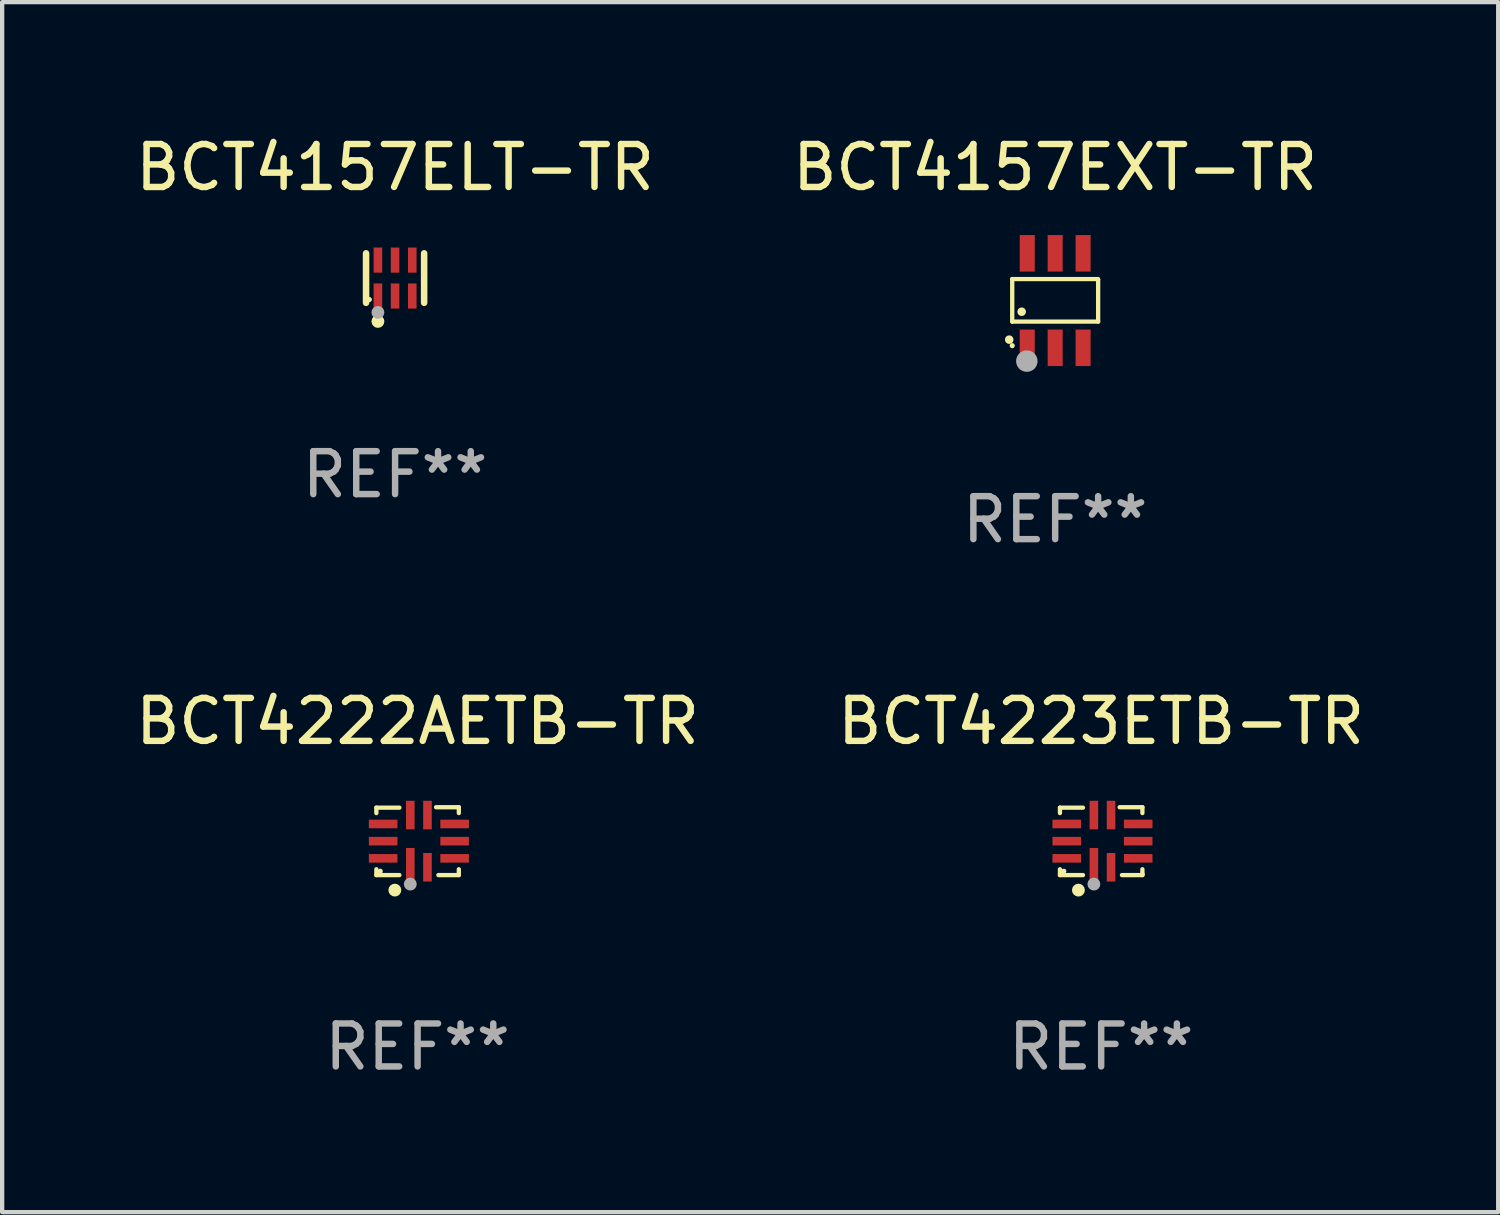
<source format=kicad_pcb>
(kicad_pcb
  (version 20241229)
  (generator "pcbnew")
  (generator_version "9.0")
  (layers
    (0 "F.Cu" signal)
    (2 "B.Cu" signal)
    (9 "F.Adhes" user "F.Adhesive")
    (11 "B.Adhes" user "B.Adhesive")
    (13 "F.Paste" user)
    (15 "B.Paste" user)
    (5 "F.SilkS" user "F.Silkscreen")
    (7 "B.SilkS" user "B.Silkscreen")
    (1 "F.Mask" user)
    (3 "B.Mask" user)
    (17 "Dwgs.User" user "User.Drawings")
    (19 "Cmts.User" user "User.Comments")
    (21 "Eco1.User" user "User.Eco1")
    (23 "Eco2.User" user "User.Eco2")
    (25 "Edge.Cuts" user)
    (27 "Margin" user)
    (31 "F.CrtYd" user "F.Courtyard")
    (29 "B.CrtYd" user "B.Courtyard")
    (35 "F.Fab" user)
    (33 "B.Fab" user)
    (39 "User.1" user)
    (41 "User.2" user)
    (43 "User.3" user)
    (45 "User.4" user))
  (footprint "BCT4157ELT-TR"
    (layer "F.Cu")
    (at 6.149 3.424)
    (property "Reference" "BCT4157ELT-TR" (at 0 -2.576 0) (layer "F.SilkS") (effects (font (size 1 1) (thickness 0.15))))
    (attr through_hole)
    (fp_line (start -0.676 0.576) (end -0.676 -0.576) (stroke (width 0.152) (type solid)) (layer "F.SilkS"))
    (fp_line (start 0.676 0.576) (end 0.676 -0.576) (stroke (width 0.152) (type solid)) (layer "F.SilkS"))
    (fp_circle (center -0.6 0.5) (end -0.57 0.5) (stroke (width 0.06) (type solid)) (fill no) (layer "F.SilkS"))
    (fp_circle (center -0.4 1.01) (end -0.325 1.01) (stroke (width 0.15) (type solid)) (fill no) (layer "F.SilkS"))
    (fp_circle (center -0.4 0.8) (end -0.325 0.8) (stroke (width 0.15) (type solid)) (fill no) (layer "F.Fab"))
    (fp_text user "REF**" (at 0 4.576 0) (layer "F.Fab") (effects (font (size 1 1) (thickness 0.15))))
    (pad "1" smd rect (at -0.4 0.418) (size 0.2 0.585) (layers "F.Cu" "F.Mask" "F.Paste"))
    (pad "2" smd rect (at 0 0.418) (size 0.2 0.585) (layers "F.Cu" "F.Mask" "F.Paste"))
    (pad "3" smd rect (at 0.4 0.418) (size 0.2 0.585) (layers "F.Cu" "F.Mask" "F.Paste"))
    (pad "4" smd rect (at 0.4 -0.418) (size 0.2 0.585) (layers "F.Cu" "F.Mask" "F.Paste"))
    (pad "5" smd rect (at 0 -0.418) (size 0.2 0.585) (layers "F.Cu" "F.Mask" "F.Paste"))
    (pad "6" smd rect (at -0.4 -0.418) (size 0.2 0.585) (layers "F.Cu" "F.Mask" "F.Paste")))
  (footprint "BCT4222AETB-TR"
    (layer "F.Cu")
    (at 6.673 16.535)
    (property "Reference" "BCT4222AETB-TR" (at 0 -2.79 0) (layer "F.SilkS") (effects (font (size 1 1) (thickness 0.15))))
    (attr through_hole)
    (fp_line (start -0.96 -0.78) (end -0.424 -0.78) (stroke (width 0.1) (type solid)) (layer "F.SilkS"))
    (fp_line (start -0.96 -0.654) (end -0.96 -0.78) (stroke (width 0.1) (type solid)) (layer "F.SilkS"))
    (fp_line (start -0.96 0.79) (end -0.96 0.654) (stroke (width 0.1) (type solid)) (layer "F.SilkS"))
    (fp_line (start -0.424 0.79) (end -0.96 0.79) (stroke (width 0.1) (type solid)) (layer "F.SilkS"))
    (fp_line (start 0.43 -0.79) (end 0.96 -0.79) (stroke (width 0.1) (type solid)) (layer "F.SilkS"))
    (fp_line (start 0.96 -0.79) (end 0.96 -0.654) (stroke (width 0.1) (type solid)) (layer "F.SilkS"))
    (fp_line (start 0.96 0.654) (end 0.96 0.76) (stroke (width 0.1) (type solid)) (layer "F.SilkS"))
    (fp_line (start 0.96 0.76) (end 0.96 0.79) (stroke (width 0.1) (type solid)) (layer "F.SilkS"))
    (fp_line (start 0.96 0.79) (end 0.484 0.79) (stroke (width 0.1) (type solid)) (layer "F.SilkS"))
    (fp_circle (center -0.87 0.7) (end -0.84 0.7) (stroke (width 0.06) (type solid)) (fill no) (layer "F.SilkS"))
    (fp_circle (center -0.53 1.14) (end -0.455 1.14) (stroke (width 0.15) (type solid)) (fill no) (layer "F.SilkS"))
    (fp_circle (center -0.17 1) (end -0.095 1) (stroke (width 0.15) (type solid)) (fill no) (layer "F.Fab"))
    (fp_text user "REF**" (at 0 4.79 0) (layer "F.Fab") (effects (font (size 1 1) (thickness 0.15))))
    (pad "1" smd rect (at -0.17 0.608) (size 0.2 0.9) (layers "F.Cu" "F.Mask" "F.Paste"))
    (pad "2" smd rect (at 0.23 0.608) (size 0.2 0.665) (layers "F.Cu" "F.Mask" "F.Paste"))
    (pad "3" smd rect (at 0.862 0.4) (size 0.665 0.2) (layers "F.Cu" "F.Mask" "F.Paste"))
    (pad "4" smd rect (at 0.862 0) (size 0.665 0.2) (layers "F.Cu" "F.Mask" "F.Paste"))
    (pad "5" smd rect (at 0.862 -0.4) (size 0.665 0.2) (layers "F.Cu" "F.Mask" "F.Paste"))
    (pad "6" smd rect (at 0.23 -0.608) (size 0.2 0.665) (layers "F.Cu" "F.Mask" "F.Paste"))
    (pad "7" smd rect (at -0.17 -0.608) (size 0.2 0.665) (layers "F.Cu" "F.Mask" "F.Paste"))
    (pad "8" smd rect (at -0.802 -0.4) (size 0.665 0.2) (layers "F.Cu" "F.Mask" "F.Paste"))
    (pad "9" smd rect (at -0.802 0) (size 0.665 0.2) (layers "F.Cu" "F.Mask" "F.Paste"))
    (pad "10" smd rect (at -0.802 0.4) (size 0.665 0.2) (layers "F.Cu" "F.Mask" "F.Paste")))
  (footprint "BCT4223ETB-TR"
    (layer "F.Cu")
    (at 22.589 16.535)
    (property "Reference" "BCT4223ETB-TR" (at 0 -2.79 0) (layer "F.SilkS") (effects (font (size 1 1) (thickness 0.15))))
    (attr through_hole)
    (fp_line (start -0.96 -0.78) (end -0.424 -0.78) (stroke (width 0.1) (type solid)) (layer "F.SilkS"))
    (fp_line (start -0.96 -0.654) (end -0.96 -0.78) (stroke (width 0.1) (type solid)) (layer "F.SilkS"))
    (fp_line (start -0.96 0.79) (end -0.96 0.654) (stroke (width 0.1) (type solid)) (layer "F.SilkS"))
    (fp_line (start -0.424 0.79) (end -0.96 0.79) (stroke (width 0.1) (type solid)) (layer "F.SilkS"))
    (fp_line (start 0.43 -0.79) (end 0.96 -0.79) (stroke (width 0.1) (type solid)) (layer "F.SilkS"))
    (fp_line (start 0.96 -0.79) (end 0.96 -0.654) (stroke (width 0.1) (type solid)) (layer "F.SilkS"))
    (fp_line (start 0.96 0.654) (end 0.96 0.76) (stroke (width 0.1) (type solid)) (layer "F.SilkS"))
    (fp_line (start 0.96 0.76) (end 0.96 0.79) (stroke (width 0.1) (type solid)) (layer "F.SilkS"))
    (fp_line (start 0.96 0.79) (end 0.484 0.79) (stroke (width 0.1) (type solid)) (layer "F.SilkS"))
    (fp_circle (center -0.87 0.7) (end -0.84 0.7) (stroke (width 0.06) (type solid)) (fill no) (layer "F.SilkS"))
    (fp_circle (center -0.53 1.14) (end -0.455 1.14) (stroke (width 0.15) (type solid)) (fill no) (layer "F.SilkS"))
    (fp_circle (center -0.17 1) (end -0.095 1) (stroke (width 0.15) (type solid)) (fill no) (layer "F.Fab"))
    (fp_text user "REF**" (at 0 4.79 0) (layer "F.Fab") (effects (font (size 1 1) (thickness 0.15))))
    (pad "1" smd rect (at -0.17 0.608) (size 0.2 0.9) (layers "F.Cu" "F.Mask" "F.Paste"))
    (pad "2" smd rect (at 0.23 0.608) (size 0.2 0.665) (layers "F.Cu" "F.Mask" "F.Paste"))
    (pad "3" smd rect (at 0.862 0.4) (size 0.665 0.2) (layers "F.Cu" "F.Mask" "F.Paste"))
    (pad "4" smd rect (at 0.862 0) (size 0.665 0.2) (layers "F.Cu" "F.Mask" "F.Paste"))
    (pad "5" smd rect (at 0.862 -0.4) (size 0.665 0.2) (layers "F.Cu" "F.Mask" "F.Paste"))
    (pad "6" smd rect (at 0.23 -0.608) (size 0.2 0.665) (layers "F.Cu" "F.Mask" "F.Paste"))
    (pad "7" smd rect (at -0.17 -0.608) (size 0.2 0.665) (layers "F.Cu" "F.Mask" "F.Paste"))
    (pad "8" smd rect (at -0.802 -0.4) (size 0.665 0.2) (layers "F.Cu" "F.Mask" "F.Paste"))
    (pad "9" smd rect (at -0.802 0) (size 0.665 0.2) (layers "F.Cu" "F.Mask" "F.Paste"))
    (pad "10" smd rect (at -0.802 0.4) (size 0.665 0.2) (layers "F.Cu" "F.Mask" "F.Paste")))
  (footprint "BCT4157EXT-TR"
    (layer "F.Cu")
    (at 21.518 3.948)
    (property "Reference" "BCT4157EXT-TR" (at 0 -3.1 0) (layer "F.SilkS") (effects (font (size 1 1) (thickness 0.15))))
    (attr through_hole)
    (fp_line (start -1 -0.5) (end -1 0.49) (stroke (width 0.1) (type solid)) (layer "F.SilkS"))
    (fp_line (start -1 0.49) (end 1 0.49) (stroke (width 0.1) (type solid)) (layer "F.SilkS"))
    (fp_line (start 0.99 -0.5) (end -1 -0.5) (stroke (width 0.1) (type solid)) (layer "F.SilkS"))
    (fp_line (start 1 -0.49) (end 0.99 -0.5) (stroke (width 0.1) (type solid)) (layer "F.SilkS"))
    (fp_line (start 1 0.49) (end 1 -0.49) (stroke (width 0.1) (type solid)) (layer "F.SilkS"))
    (fp_circle (center -1.07 0.91) (end -1.02 0.91) (stroke (width 0.1) (type solid)) (fill no) (layer "F.SilkS"))
    (fp_circle (center -1 1.05) (end -0.97 1.05) (stroke (width 0.06) (type solid)) (fill no) (layer "F.SilkS"))
    (fp_circle (center -0.78 0.26) (end -0.73 0.26) (stroke (width 0.1) (type solid)) (fill no) (layer "F.SilkS"))
    (fp_circle (center -0.66 1.41) (end -0.535 1.41) (stroke (width 0.25) (type solid)) (fill no) (layer "F.Fab"))
    (fp_text user "REF**" (at 0 5.1 0) (layer "F.Fab") (effects (font (size 1 1) (thickness 0.15))))
    (pad "1" smd rect (at -0.65 1.1) (size 0.35 0.85) (layers "F.Cu" "F.Mask" "F.Paste"))
    (pad "2" smd rect (at 0 1.1) (size 0.35 0.85) (layers "F.Cu" "F.Mask" "F.Paste"))
    (pad "3" smd rect (at 0.65 1.1) (size 0.35 0.85) (layers "F.Cu" "F.Mask" "F.Paste"))
    (pad "4" smd rect (at 0.65 -1.1) (size 0.35 0.85) (layers "F.Cu" "F.Mask" "F.Paste"))
    (pad "5" smd rect (at 0 -1.1) (size 0.35 0.85) (layers "F.Cu" "F.Mask" "F.Paste"))
    (pad "6" smd rect (at -0.65 -1.1) (size 0.35 0.85) (layers "F.Cu" "F.Mask" "F.Paste")))
  (gr_rect
    (start -3 -3)
    (end 31.833 25.173)
    (stroke (width 0.1) (type default))
    (fill no)
    (layer "Edge.Cuts")))
</source>
